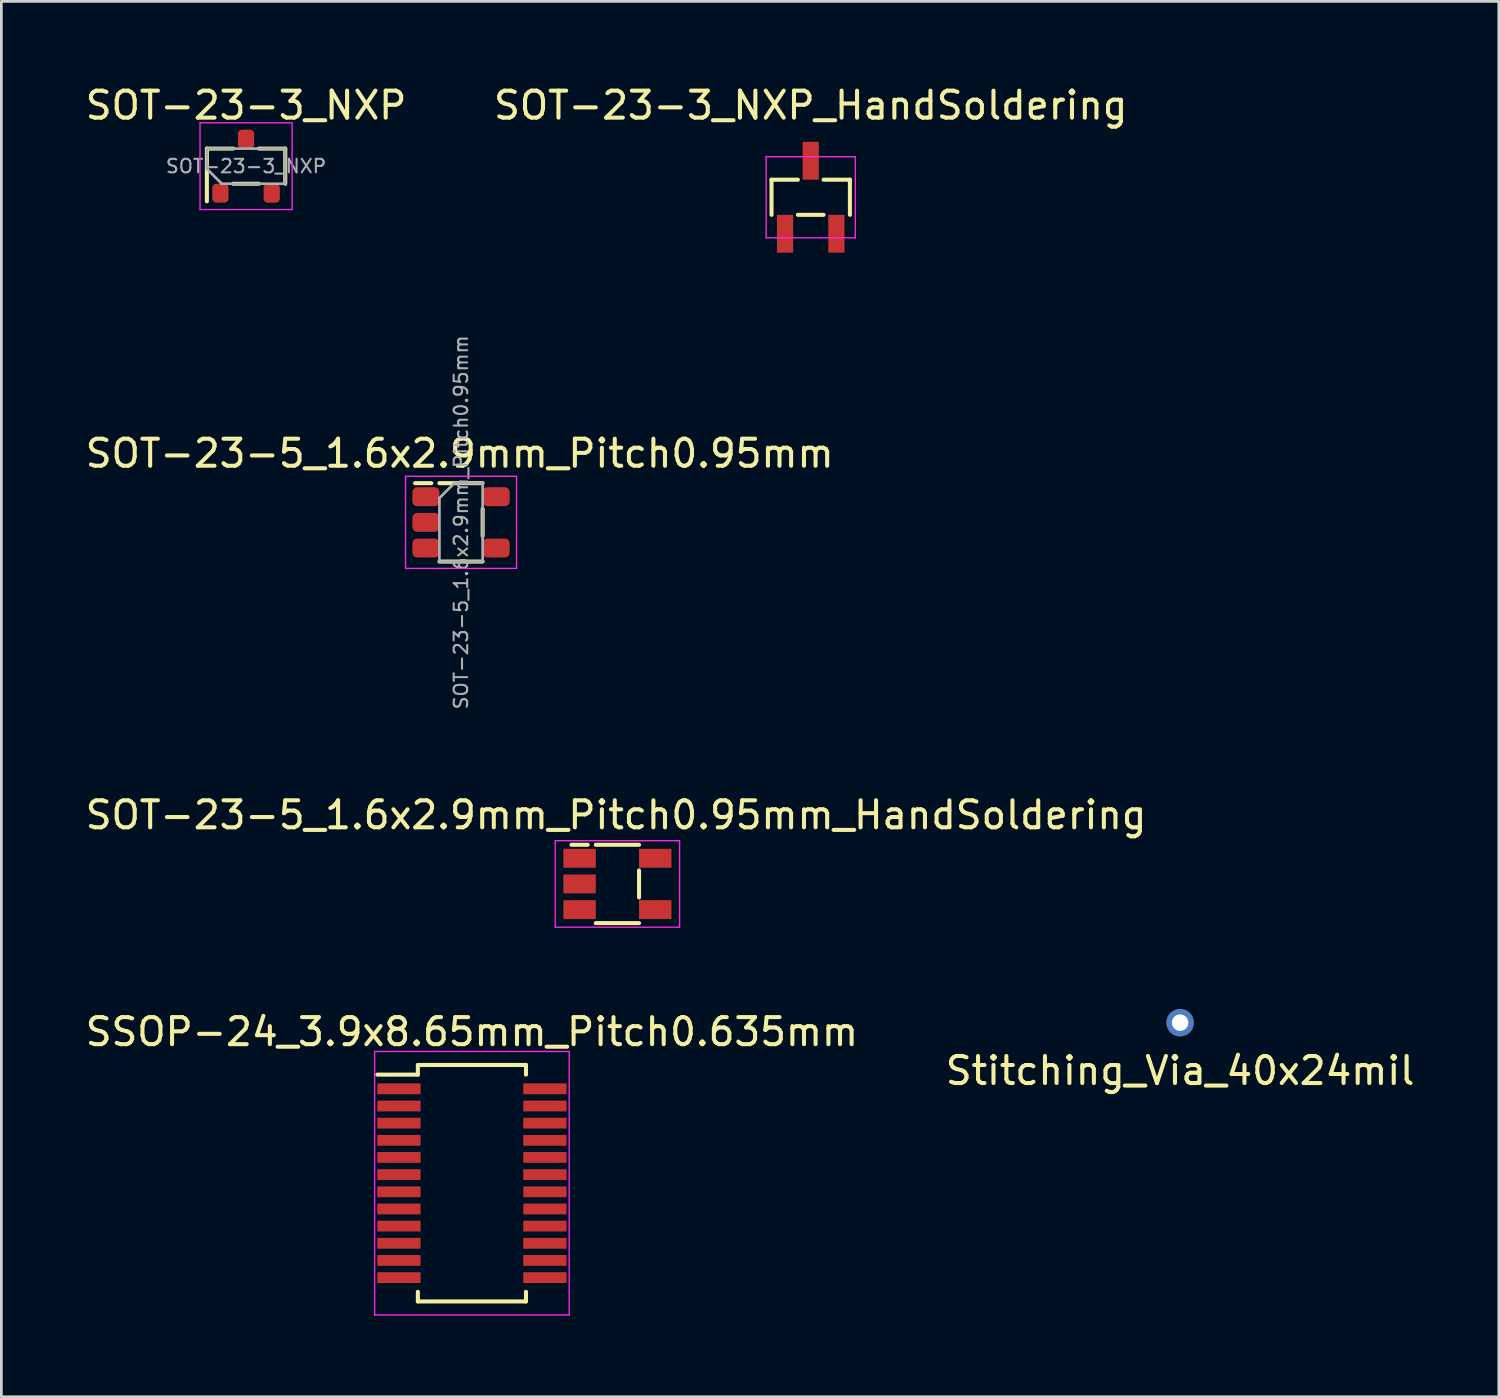
<source format=kicad_pcb>
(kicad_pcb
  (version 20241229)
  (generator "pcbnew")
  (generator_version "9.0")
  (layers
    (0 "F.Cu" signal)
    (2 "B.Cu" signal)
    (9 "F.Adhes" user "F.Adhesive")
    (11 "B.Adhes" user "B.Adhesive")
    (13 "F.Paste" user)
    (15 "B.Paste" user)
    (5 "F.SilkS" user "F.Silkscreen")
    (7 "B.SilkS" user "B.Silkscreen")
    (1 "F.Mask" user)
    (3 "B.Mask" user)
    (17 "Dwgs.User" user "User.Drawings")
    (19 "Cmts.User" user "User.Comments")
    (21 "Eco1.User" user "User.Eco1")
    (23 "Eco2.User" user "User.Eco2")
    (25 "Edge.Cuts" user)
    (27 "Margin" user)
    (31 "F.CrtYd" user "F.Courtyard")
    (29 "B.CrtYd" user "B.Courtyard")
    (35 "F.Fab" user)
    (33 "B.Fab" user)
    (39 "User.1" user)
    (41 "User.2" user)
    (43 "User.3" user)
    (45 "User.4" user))
  (footprint "SSOP-24_3.9x8.65mm_Pitch0.635mm"
    (layer "F.Cu")
    (at 14.411 40.728)
    (property "Reference" "SSOP-24_3.9x8.65mm_Pitch0.635mm" (at 0 -5.6 0) (layer "F.SilkS") (effects (font (size 1 1) (thickness 0.15))))
    (attr smd)
    (fp_line (start -2 -4.375) (end -2 -4.018) (stroke (width 0.15) (type solid)) (layer "F.SilkS"))
    (fp_line (start -2 -4.375) (end 2 -4.375) (stroke (width 0.15) (type solid)) (layer "F.SilkS"))
    (fp_line (start -2 -4.018) (end -3.5 -4.018) (stroke (width 0.15) (type solid)) (layer "F.SilkS"))
    (fp_line (start -2 4.375) (end -2 4.018) (stroke (width 0.15) (type solid)) (layer "F.SilkS"))
    (fp_line (start -2 4.375) (end 2 4.375) (stroke (width 0.15) (type solid)) (layer "F.SilkS"))
    (fp_line (start 2 -4.375) (end 2 -4.018) (stroke (width 0.15) (type solid)) (layer "F.SilkS"))
    (fp_line (start 2 4.375) (end 2 4.018) (stroke (width 0.15) (type solid)) (layer "F.SilkS"))
    (fp_line (start -3.6 -4.875) (end -3.6 4.875) (stroke (width 0.05) (type solid)) (layer "F.CrtYd"))
    (fp_line (start -3.6 -4.875) (end 3.6 -4.875) (stroke (width 0.05) (type solid)) (layer "F.CrtYd"))
    (fp_line (start -3.6 4.875) (end 3.6 4.875) (stroke (width 0.05) (type solid)) (layer "F.CrtYd"))
    (fp_line (start 3.6 -4.875) (end 3.6 4.875) (stroke (width 0.05) (type solid)) (layer "F.CrtYd"))
    (pad "1" smd rect (at -2.7 -3.493) (size 1.6 0.4) (layers "F.Cu" "F.Mask" "F.Paste"))
    (pad "2" smd rect (at -2.7 -2.857) (size 1.6 0.4) (layers "F.Cu" "F.Mask" "F.Paste"))
    (pad "3" smd rect (at -2.7 -2.223) (size 1.6 0.4) (layers "F.Cu" "F.Mask" "F.Paste"))
    (pad "4" smd rect (at -2.7 -1.587) (size 1.6 0.4) (layers "F.Cu" "F.Mask" "F.Paste"))
    (pad "5" smd rect (at -2.7 -0.953) (size 1.6 0.4) (layers "F.Cu" "F.Mask" "F.Paste"))
    (pad "6" smd rect (at -2.7 -0.318) (size 1.6 0.4) (layers "F.Cu" "F.Mask" "F.Paste"))
    (pad "7" smd rect (at -2.7 0.318) (size 1.6 0.4) (layers "F.Cu" "F.Mask" "F.Paste"))
    (pad "8" smd rect (at -2.7 0.953) (size 1.6 0.4) (layers "F.Cu" "F.Mask" "F.Paste"))
    (pad "9" smd rect (at -2.7 1.587) (size 1.6 0.4) (layers "F.Cu" "F.Mask" "F.Paste"))
    (pad "10" smd rect (at -2.7 2.223) (size 1.6 0.4) (layers "F.Cu" "F.Mask" "F.Paste"))
    (pad "11" smd rect (at -2.7 2.857) (size 1.6 0.4) (layers "F.Cu" "F.Mask" "F.Paste"))
    (pad "12" smd rect (at -2.7 3.493) (size 1.6 0.4) (layers "F.Cu" "F.Mask" "F.Paste"))
    (pad "13" smd rect (at 2.7 3.493) (size 1.6 0.4) (layers "F.Cu" "F.Mask" "F.Paste"))
    (pad "14" smd rect (at 2.7 2.857) (size 1.6 0.4) (layers "F.Cu" "F.Mask" "F.Paste"))
    (pad "15" smd rect (at 2.7 2.223) (size 1.6 0.4) (layers "F.Cu" "F.Mask" "F.Paste"))
    (pad "16" smd rect (at 2.7 1.587) (size 1.6 0.4) (layers "F.Cu" "F.Mask" "F.Paste"))
    (pad "17" smd rect (at 2.7 0.953) (size 1.6 0.4) (layers "F.Cu" "F.Mask" "F.Paste"))
    (pad "18" smd rect (at 2.7 0.318) (size 1.6 0.4) (layers "F.Cu" "F.Mask" "F.Paste"))
    (pad "19" smd rect (at 2.7 -0.318) (size 1.6 0.4) (layers "F.Cu" "F.Mask" "F.Paste"))
    (pad "20" smd rect (at 2.7 -0.953) (size 1.6 0.4) (layers "F.Cu" "F.Mask" "F.Paste"))
    (pad "21" smd rect (at 2.7 -1.587) (size 1.6 0.4) (layers "F.Cu" "F.Mask" "F.Paste"))
    (pad "22" smd rect (at 2.7 -2.223) (size 1.6 0.4) (layers "F.Cu" "F.Mask" "F.Paste"))
    (pad "23" smd rect (at 2.7 -2.857) (size 1.6 0.4) (layers "F.Cu" "F.Mask" "F.Paste"))
    (pad "24" smd rect (at 2.7 -3.493) (size 1.6 0.4) (layers "F.Cu" "F.Mask" "F.Paste")))
  (footprint "SOT-23-3_NXP"
    (layer "F.Cu")
    (at 6.054 3.098)
    (property "Reference" "SOT-23-3_NXP" (at 0 -2.25 0) (layer "F.SilkS") (effects (font (size 1 1) (thickness 0.15))))
    (attr smd)
    (fp_line (start -1.45 -0.65) (end -0.475 -0.65) (stroke (width 0.15) (type solid)) (layer "F.SilkS"))
    (fp_line (start -1.45 1.3) (end -1.45 -0.65) (stroke (width 0.15) (type solid)) (layer "F.SilkS"))
    (fp_line (start -0.475 0.65) (end 0.475 0.65) (stroke (width 0.15) (type solid)) (layer "F.SilkS"))
    (fp_line (start 0.475 -0.65) (end 1.45 -0.65) (stroke (width 0.15) (type solid)) (layer "F.SilkS"))
    (fp_line (start 1.45 -0.65) (end 1.45 0.65) (stroke (width 0.15) (type solid)) (layer "F.SilkS"))
    (fp_line (start -1.704 -1.604) (end 1.704 -1.604) (stroke (width 0.05) (type solid)) (layer "F.CrtYd"))
    (fp_line (start -1.704 1.604) (end -1.704 -1.604) (stroke (width 0.05) (type solid)) (layer "F.CrtYd"))
    (fp_line (start 1.704 -1.604) (end 1.704 1.604) (stroke (width 0.05) (type solid)) (layer "F.CrtYd"))
    (fp_line (start 1.704 1.604) (end -1.704 1.604) (stroke (width 0.05) (type solid)) (layer "F.CrtYd"))
    (fp_line (start -1.45 -0.65) (end 1.45 -0.65) (stroke (width 0.1) (type solid)) (layer "F.Fab"))
    (fp_line (start -1.45 0.1) (end -1.45 -0.6) (stroke (width 0.1) (type solid)) (layer "F.Fab"))
    (fp_line (start -0.9 0.65) (end -1.45 0.1) (stroke (width 0.1) (type solid)) (layer "F.Fab"))
    (fp_line (start 1.45 -0.65) (end 1.45 0.65) (stroke (width 0.1) (type solid)) (layer "F.Fab"))
    (fp_line (start 1.45 0.65) (end -0.9 0.65) (stroke (width 0.1) (type solid)) (layer "F.Fab"))
    (fp_text user "${REFERENCE}" (at 0 0 0) (layer "F.Fab") (effects (font (size 0.5 0.5) (thickness 0.075))))
    (pad "1" smd roundrect (at -0.95 1) (size 0.6 0.7) (layers "F.Cu" "F.Mask" "F.Paste") (roundrect_rratio 0.25))
    (pad "2" smd roundrect (at 0.95 1) (size 0.6 0.7) (layers "F.Cu" "F.Mask" "F.Paste") (roundrect_rratio 0.25))
    (pad "3" smd roundrect (at 0 -1) (size 0.6 0.7) (layers "F.Cu" "F.Mask" "F.Paste") (roundrect_rratio 0.25)))
  (footprint "SOT-23-3_NXP_HandSoldering"
    (layer "F.Cu")
    (at 26.946 4.248)
    (property "Reference" "SOT-23-3_NXP_HandSoldering" (at 0 -3.4 0) (layer "F.SilkS") (effects (font (size 1 1) (thickness 0.15))))
    (attr smd)
    (fp_line (start -1.45 -0.65) (end -0.475 -0.65) (stroke (width 0.15) (type solid)) (layer "F.SilkS"))
    (fp_line (start -1.45 0.65) (end -1.45 -0.65) (stroke (width 0.15) (type solid)) (layer "F.SilkS"))
    (fp_line (start -0.475 0.65) (end 0.475 0.65) (stroke (width 0.15) (type solid)) (layer "F.SilkS"))
    (fp_line (start 0.475 -0.65) (end 1.45 -0.65) (stroke (width 0.15) (type solid)) (layer "F.SilkS"))
    (fp_line (start 1.45 -0.65) (end 1.45 0.65) (stroke (width 0.15) (type solid)) (layer "F.SilkS"))
    (fp_line (start -1.65 -1.5) (end 1.65 -1.5) (stroke (width 0.05) (type solid)) (layer "F.CrtYd"))
    (fp_line (start -1.65 1.5) (end -1.65 -1.5) (stroke (width 0.05) (type solid)) (layer "F.CrtYd"))
    (fp_line (start 1.65 -1.5) (end 1.65 1.5) (stroke (width 0.05) (type solid)) (layer "F.CrtYd"))
    (fp_line (start 1.65 1.5) (end -1.65 1.5) (stroke (width 0.05) (type solid)) (layer "F.CrtYd"))
    (pad "1" smd rect (at -0.95 1.35) (size 0.6 1.4) (layers "F.Cu" "F.Mask" "F.Paste"))
    (pad "2" smd rect (at 0.95 1.35) (size 0.6 1.4) (layers "F.Cu" "F.Mask" "F.Paste"))
    (pad "3" smd rect (at 0 -1.35) (size 0.6 1.4) (layers "F.Cu" "F.Mask" "F.Paste")))
  (footprint "SOT-23-5_1.6x2.9mm_Pitch0.95mm"
    (layer "F.Cu")
    (at 14.008 16.277)
    (property "Reference" "SOT-23-5_1.6x2.9mm_Pitch0.95mm" (at -0.05 -2.55 0) (layer "F.SilkS") (effects (font (size 1 1) (thickness 0.15))))
    (attr smd)
    (fp_line (start -1.1 -1.45) (end -1.7 -1.45) (stroke (width 0.15) (type solid)) (layer "F.SilkS"))
    (fp_line (start -0.8 1.45) (end 0.8 1.45) (stroke (width 0.15) (type solid)) (layer "F.SilkS"))
    (fp_line (start 0.8 -1.45) (end -0.8 -1.45) (stroke (width 0.15) (type solid)) (layer "F.SilkS"))
    (fp_line (start 0.8 0.5) (end 0.8 -0.5) (stroke (width 0.15) (type solid)) (layer "F.SilkS"))
    (fp_line (start -2.054 -1.704) (end 2.054 -1.704) (stroke (width 0.05) (type solid)) (layer "F.CrtYd"))
    (fp_line (start -2.054 1.704) (end -2.054 -1.704) (stroke (width 0.05) (type solid)) (layer "F.CrtYd"))
    (fp_line (start 2.054 -1.704) (end 2.054 1.704) (stroke (width 0.05) (type solid)) (layer "F.CrtYd"))
    (fp_line (start 2.054 1.704) (end -2.054 1.704) (stroke (width 0.05) (type solid)) (layer "F.CrtYd"))
    (fp_line (start -0.8 -0.9) (end -0.8 1.45) (stroke (width 0.1) (type solid)) (layer "F.Fab"))
    (fp_line (start -0.8 1.45) (end 0.8 1.45) (stroke (width 0.1) (type solid)) (layer "F.Fab"))
    (fp_line (start -0.25 -1.45) (end -0.8 -0.9) (stroke (width 0.1) (type solid)) (layer "F.Fab"))
    (fp_line (start 0.8 -1.45) (end -0.25 -1.45) (stroke (width 0.1) (type solid)) (layer "F.Fab"))
    (fp_line (start 0.8 1.45) (end 0.8 -1.45) (stroke (width 0.1) (type solid)) (layer "F.Fab"))
    (fp_text user "${REFERENCE}" (at 0 0 90) (layer "F.Fab") (effects (font (size 0.5 0.5) (thickness 0.075))))
    (pad "1" smd roundrect (at -1.3 -0.95) (size 1 0.7) (layers "F.Cu" "F.Mask" "F.Paste") (roundrect_rratio 0.25))
    (pad "2" smd roundrect (at -1.3 0) (size 1 0.7) (layers "F.Cu" "F.Mask" "F.Paste") (roundrect_rratio 0.25))
    (pad "3" smd roundrect (at -1.3 0.95) (size 1 0.7) (layers "F.Cu" "F.Mask" "F.Paste") (roundrect_rratio 0.25))
    (pad "4" smd roundrect (at 1.3 0.95) (size 1 0.7) (layers "F.Cu" "F.Mask" "F.Paste") (roundrect_rratio 0.25))
    (pad "5" smd roundrect (at 1.3 -0.95) (size 1 0.7) (layers "F.Cu" "F.Mask" "F.Paste") (roundrect_rratio 0.25)))
  (footprint "Stitching_Via_40x24mil"
    (layer "F.Cu")
    (at 40.613 34.788)
    (property "Reference" "Stitching_Via_40x24mil" (at 0 1.778 0) (layer "F.SilkS") (effects (font (size 1 1) (thickness 0.15))))
    (attr through_hole)
    (pad "~" thru_hole circle (at 0 0) (size 1.016 1.016) (drill 0.61) (layers "*.Cu" "*.Mask")))
  (footprint "SOT-23-5_1.6x2.9mm_Pitch0.95mm_HandSoldering"
    (layer "F.Cu")
    (at 19.794 29.655)
    (property "Reference" "SOT-23-5_1.6x2.9mm_Pitch0.95mm_HandSoldering" (at -0.05 -2.55 0) (layer "F.SilkS") (effects (font (size 1 1) (thickness 0.15))))
    (attr smd)
    (fp_line (start -1.1 -1.45) (end -1.7 -1.45) (stroke (width 0.15) (type solid)) (layer "F.SilkS"))
    (fp_line (start -0.8 1.45) (end 0.8 1.45) (stroke (width 0.15) (type solid)) (layer "F.SilkS"))
    (fp_line (start 0.8 -1.45) (end -0.8 -1.45) (stroke (width 0.15) (type solid)) (layer "F.SilkS"))
    (fp_line (start 0.8 0.5) (end 0.8 -0.5) (stroke (width 0.15) (type solid)) (layer "F.SilkS"))
    (fp_line (start -2.3 -1.6) (end 2.3 -1.6) (stroke (width 0.05) (type solid)) (layer "F.CrtYd"))
    (fp_line (start -2.3 1.6) (end -2.3 -1.6) (stroke (width 0.05) (type solid)) (layer "F.CrtYd"))
    (fp_line (start 2.3 -1.6) (end 2.3 1.6) (stroke (width 0.05) (type solid)) (layer "F.CrtYd"))
    (fp_line (start 2.3 1.6) (end -2.3 1.6) (stroke (width 0.05) (type solid)) (layer "F.CrtYd"))
    (pad "1" smd rect (at -1.4 -0.95) (size 1.2 0.7) (layers "F.Cu" "F.Mask" "F.Paste"))
    (pad "2" smd rect (at -1.4 0) (size 1.2 0.7) (layers "F.Cu" "F.Mask" "F.Paste"))
    (pad "3" smd rect (at -1.4 0.95) (size 1.2 0.7) (layers "F.Cu" "F.Mask" "F.Paste"))
    (pad "4" smd rect (at 1.4 0.95) (size 1.2 0.7) (layers "F.Cu" "F.Mask" "F.Paste"))
    (pad "5" smd rect (at 1.4 -0.95) (size 1.2 0.7) (layers "F.Cu" "F.Mask" "F.Paste")))
  (gr_rect
    (start -3 -3)
    (end 52.405 48.628)
    (stroke (width 0.1) (type default))
    (fill no)
    (layer "Edge.Cuts")))
</source>
